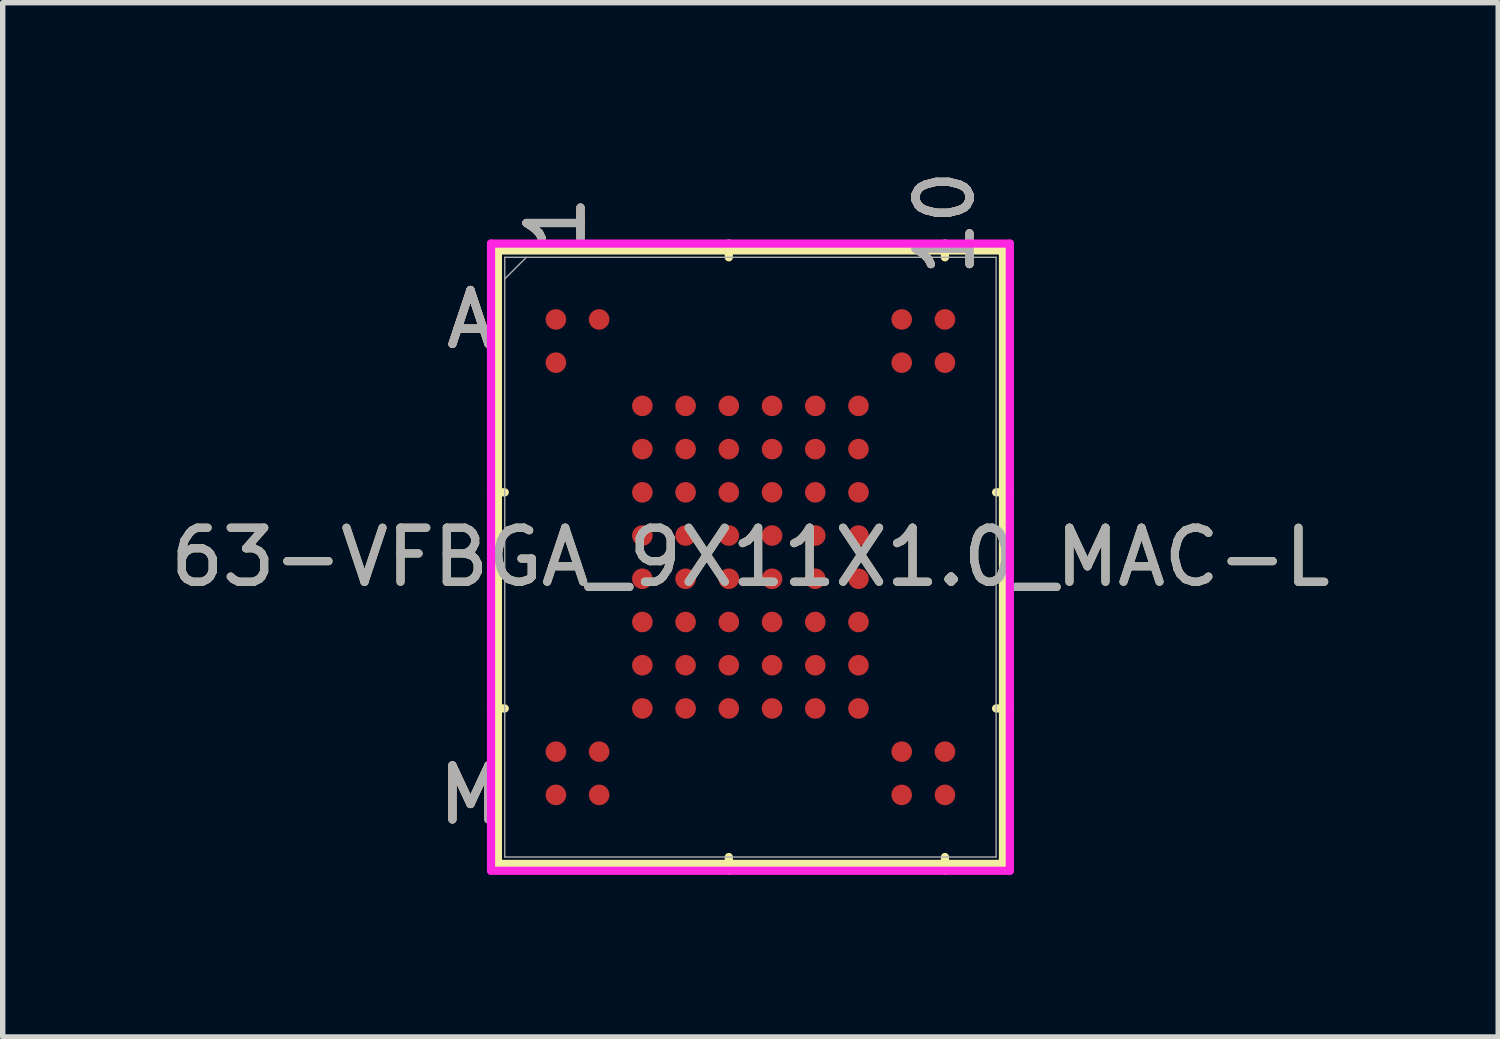
<source format=kicad_pcb>
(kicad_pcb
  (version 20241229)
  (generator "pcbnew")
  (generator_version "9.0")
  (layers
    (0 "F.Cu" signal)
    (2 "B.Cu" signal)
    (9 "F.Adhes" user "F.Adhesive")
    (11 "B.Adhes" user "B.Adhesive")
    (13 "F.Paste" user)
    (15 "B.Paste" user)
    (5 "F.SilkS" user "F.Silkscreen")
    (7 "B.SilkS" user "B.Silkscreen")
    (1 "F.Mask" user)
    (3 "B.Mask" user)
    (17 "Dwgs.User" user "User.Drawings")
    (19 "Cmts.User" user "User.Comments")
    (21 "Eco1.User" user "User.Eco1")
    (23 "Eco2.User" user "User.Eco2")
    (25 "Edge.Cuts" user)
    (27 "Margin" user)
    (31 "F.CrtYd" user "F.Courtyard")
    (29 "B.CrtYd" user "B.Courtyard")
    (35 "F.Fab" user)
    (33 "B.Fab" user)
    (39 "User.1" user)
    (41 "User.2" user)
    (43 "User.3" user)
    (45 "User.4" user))
  (footprint "63-VFBGA_9X11X1.0_MAC-L"
    (layer "F.Cu")
    (at 10.839 7.262)
    (property "Reference" "63-VFBGA_9X11X1.0_MAC-L" (at 0 0 0) (unlocked yes) (layer "F.SilkS") (effects (font (size 1 1) (thickness 0.15))))
    (attr smd)
    (fp_line (start -4.674 -5.677) (end -4.674 5.677) (stroke (width 0.152) (type solid)) (layer "F.SilkS"))
    (fp_line (start -4.674 5.677) (end 4.674 5.677) (stroke (width 0.152) (type solid)) (layer "F.SilkS"))
    (fp_line (start -4.547 -1.2) (end -4.801 -1.2) (stroke (width 0.152) (type solid)) (layer "F.SilkS"))
    (fp_line (start -4.547 2.8) (end -4.801 2.8) (stroke (width 0.152) (type solid)) (layer "F.SilkS"))
    (fp_line (start -0.4 -5.55) (end -0.4 -5.804) (stroke (width 0.152) (type solid)) (layer "F.SilkS"))
    (fp_line (start -0.4 5.55) (end -0.4 5.804) (stroke (width 0.152) (type solid)) (layer "F.SilkS"))
    (fp_line (start 3.6 -5.55) (end 3.6 -5.804) (stroke (width 0.152) (type solid)) (layer "F.SilkS"))
    (fp_line (start 3.6 5.55) (end 3.6 5.804) (stroke (width 0.152) (type solid)) (layer "F.SilkS"))
    (fp_line (start 4.547 -1.2) (end 4.801 -1.2) (stroke (width 0.152) (type solid)) (layer "F.SilkS"))
    (fp_line (start 4.547 2.8) (end 4.801 2.8) (stroke (width 0.152) (type solid)) (layer "F.SilkS"))
    (fp_line (start 4.674 -5.677) (end -4.674 -5.677) (stroke (width 0.152) (type solid)) (layer "F.SilkS"))
    (fp_line (start 4.674 5.677) (end 4.674 -5.677) (stroke (width 0.152) (type solid)) (layer "F.SilkS"))
    (fp_poly (pts (xy -4.444 -5.245) (xy 4.444 -5.245) (xy 4.444 5.245) (xy -4.444 5.245)) (stroke (width 0.1) (type solid)) (fill no) (layer "Eco2.User"))
    (fp_line (start -4.801 -5.804) (end 4.801 -5.804) (stroke (width 0.152) (type solid)) (layer "F.CrtYd"))
    (fp_line (start -4.801 5.804) (end -4.801 -5.804) (stroke (width 0.152) (type solid)) (layer "F.CrtYd"))
    (fp_line (start 4.801 -5.804) (end 4.801 5.804) (stroke (width 0.152) (type solid)) (layer "F.CrtYd"))
    (fp_line (start 4.801 5.804) (end -4.801 5.804) (stroke (width 0.152) (type solid)) (layer "F.CrtYd"))
    (fp_line (start -4.547 -5.55) (end -4.547 5.55) (stroke (width 0.025) (type solid)) (layer "F.Fab"))
    (fp_line (start -4.547 5.55) (end 4.547 5.55) (stroke (width 0.025) (type solid)) (layer "F.Fab"))
    (fp_line (start -4.147 -5.55) (end -4.547 -5.15) (stroke (width 0.025) (type solid)) (layer "F.Fab"))
    (fp_line (start 4.547 -5.55) (end -4.547 -5.55) (stroke (width 0.025) (type solid)) (layer "F.Fab"))
    (fp_line (start 4.547 5.55) (end 4.547 -5.55) (stroke (width 0.025) (type solid)) (layer "F.Fab"))
    (fp_text user "M" (at -5.182 4.4 0) (unlocked yes) (layer "F.SilkS") (effects (font (size 1 1) (thickness 0.15))))
    (fp_text user "1" (at -3.6 -6.185 90) (unlocked yes) (layer "F.SilkS") (effects (font (size 1 1) (thickness 0.15))))
    (fp_text user "10" (at 3.6 -6.185 90) (unlocked yes) (layer "F.SilkS") (effects (font (size 1 1) (thickness 0.15))))
    (fp_text user "A" (at -5.182 -4.4 0) (unlocked yes) (layer "F.SilkS") (effects (font (size 1 1) (thickness 0.15))))
    (fp_text user "1" (at -3.6 -6.185 90) (unlocked yes) (layer "B.SilkS") (effects (font (size 1 1) (thickness 0.15))))
    (fp_text user "A" (at -5.182 -4.4 0) (unlocked yes) (layer "B.SilkS") (effects (font (size 1 1) (thickness 0.15))))
    (fp_text user "10" (at 3.6 -6.185 90) (unlocked yes) (layer "B.SilkS") (effects (font (size 1 1) (thickness 0.15))))
    (fp_text user "M" (at -5.182 4.4 0) (unlocked yes) (layer "B.SilkS") (effects (font (size 1 1) (thickness 0.15))))
    (fp_text user "${REFERENCE}" (at 0 0 0) (unlocked yes) (layer "F.Fab") (effects (font (size 1 1) (thickness 0.15))))
    (fp_text user "A" (at -5.182 -4.4 0) (unlocked yes) (layer "F.Fab") (effects (font (size 1 1) (thickness 0.15))))
    (fp_text user "1" (at -3.6 -6.185 90) (unlocked yes) (layer "F.Fab") (effects (font (size 1 1) (thickness 0.15))))
    (fp_text user "10" (at 3.6 -6.185 90) (unlocked yes) (layer "F.Fab") (effects (font (size 1 1) (thickness 0.15))))
    (fp_text user "M" (at -5.182 4.4 0) (unlocked yes) (layer "F.Fab") (effects (font (size 1 1) (thickness 0.15))))
    (pad "A1" smd circle (at -3.6 -4.4) (size 0.381 0.381) (layers "F.Cu" "F.Mask" "F.Paste"))
    (pad "A2" smd circle (at -2.8 -4.4) (size 0.381 0.381) (layers "F.Cu" "F.Mask" "F.Paste"))
    (pad "A9" smd circle (at 2.8 -4.4) (size 0.381 0.381) (layers "F.Cu" "F.Mask" "F.Paste"))
    (pad "A10" smd circle (at 3.6 -4.4) (size 0.381 0.381) (layers "F.Cu" "F.Mask" "F.Paste"))
    (pad "B1" smd circle (at -3.6 -3.6) (size 0.381 0.381) (layers "F.Cu" "F.Mask" "F.Paste"))
    (pad "B9" smd circle (at 2.8 -3.6) (size 0.381 0.381) (layers "F.Cu" "F.Mask" "F.Paste"))
    (pad "B10" smd circle (at 3.6 -3.6) (size 0.381 0.381) (layers "F.Cu" "F.Mask" "F.Paste"))
    (pad "C3" smd circle (at -2 -2.8) (size 0.381 0.381) (layers "F.Cu" "F.Mask" "F.Paste"))
    (pad "C4" smd circle (at -1.2 -2.8) (size 0.381 0.381) (layers "F.Cu" "F.Mask" "F.Paste"))
    (pad "C5" smd circle (at -0.4 -2.8) (size 0.381 0.381) (layers "F.Cu" "F.Mask" "F.Paste"))
    (pad "C6" smd circle (at 0.4 -2.8) (size 0.381 0.381) (layers "F.Cu" "F.Mask" "F.Paste"))
    (pad "C7" smd circle (at 1.2 -2.8) (size 0.381 0.381) (layers "F.Cu" "F.Mask" "F.Paste"))
    (pad "C8" smd circle (at 2 -2.8) (size 0.381 0.381) (layers "F.Cu" "F.Mask" "F.Paste"))
    (pad "D3" smd circle (at -2 -2) (size 0.381 0.381) (layers "F.Cu" "F.Mask" "F.Paste"))
    (pad "D4" smd circle (at -1.2 -2) (size 0.381 0.381) (layers "F.Cu" "F.Mask" "F.Paste"))
    (pad "D5" smd circle (at -0.4 -2) (size 0.381 0.381) (layers "F.Cu" "F.Mask" "F.Paste"))
    (pad "D6" smd circle (at 0.4 -2) (size 0.381 0.381) (layers "F.Cu" "F.Mask" "F.Paste"))
    (pad "D7" smd circle (at 1.2 -2) (size 0.381 0.381) (layers "F.Cu" "F.Mask" "F.Paste"))
    (pad "D8" smd circle (at 2 -2) (size 0.381 0.381) (layers "F.Cu" "F.Mask" "F.Paste"))
    (pad "E3" smd circle (at -2 -1.2) (size 0.381 0.381) (layers "F.Cu" "F.Mask" "F.Paste"))
    (pad "E4" smd circle (at -1.2 -1.2) (size 0.381 0.381) (layers "F.Cu" "F.Mask" "F.Paste"))
    (pad "E5" smd circle (at -0.4 -1.2) (size 0.381 0.381) (layers "F.Cu" "F.Mask" "F.Paste"))
    (pad "E6" smd circle (at 0.4 -1.2) (size 0.381 0.381) (layers "F.Cu" "F.Mask" "F.Paste"))
    (pad "E7" smd circle (at 1.2 -1.2) (size 0.381 0.381) (layers "F.Cu" "F.Mask" "F.Paste"))
    (pad "E8" smd circle (at 2 -1.2) (size 0.381 0.381) (layers "F.Cu" "F.Mask" "F.Paste"))
    (pad "F3" smd circle (at -2 -0.4) (size 0.381 0.381) (layers "F.Cu" "F.Mask" "F.Paste"))
    (pad "F4" smd circle (at -1.2 -0.4) (size 0.381 0.381) (layers "F.Cu" "F.Mask" "F.Paste"))
    (pad "F5" smd circle (at -0.4 -0.4) (size 0.381 0.381) (layers "F.Cu" "F.Mask" "F.Paste"))
    (pad "F6" smd circle (at 0.4 -0.4) (size 0.381 0.381) (layers "F.Cu" "F.Mask" "F.Paste"))
    (pad "F7" smd circle (at 1.2 -0.4) (size 0.381 0.381) (layers "F.Cu" "F.Mask" "F.Paste"))
    (pad "F8" smd circle (at 2 -0.4) (size 0.381 0.381) (layers "F.Cu" "F.Mask" "F.Paste"))
    (pad "G3" smd circle (at -2 0.4) (size 0.381 0.381) (layers "F.Cu" "F.Mask" "F.Paste"))
    (pad "G4" smd circle (at -1.2 0.4) (size 0.381 0.381) (layers "F.Cu" "F.Mask" "F.Paste"))
    (pad "G5" smd circle (at -0.4 0.4) (size 0.381 0.381) (layers "F.Cu" "F.Mask" "F.Paste"))
    (pad "G6" smd circle (at 0.4 0.4) (size 0.381 0.381) (layers "F.Cu" "F.Mask" "F.Paste"))
    (pad "G7" smd circle (at 1.2 0.4) (size 0.381 0.381) (layers "F.Cu" "F.Mask" "F.Paste"))
    (pad "G8" smd circle (at 2 0.4) (size 0.381 0.381) (layers "F.Cu" "F.Mask" "F.Paste"))
    (pad "H3" smd circle (at -2 1.2) (size 0.381 0.381) (layers "F.Cu" "F.Mask" "F.Paste"))
    (pad "H4" smd circle (at -1.2 1.2) (size 0.381 0.381) (layers "F.Cu" "F.Mask" "F.Paste"))
    (pad "H5" smd circle (at -0.4 1.2) (size 0.381 0.381) (layers "F.Cu" "F.Mask" "F.Paste"))
    (pad "H6" smd circle (at 0.4 1.2) (size 0.381 0.381) (layers "F.Cu" "F.Mask" "F.Paste"))
    (pad "H7" smd circle (at 1.2 1.2) (size 0.381 0.381) (layers "F.Cu" "F.Mask" "F.Paste"))
    (pad "H8" smd circle (at 2 1.2) (size 0.381 0.381) (layers "F.Cu" "F.Mask" "F.Paste"))
    (pad "J3" smd circle (at -2 2) (size 0.381 0.381) (layers "F.Cu" "F.Mask" "F.Paste"))
    (pad "J4" smd circle (at -1.2 2) (size 0.381 0.381) (layers "F.Cu" "F.Mask" "F.Paste"))
    (pad "J5" smd circle (at -0.4 2) (size 0.381 0.381) (layers "F.Cu" "F.Mask" "F.Paste"))
    (pad "J6" smd circle (at 0.4 2) (size 0.381 0.381) (layers "F.Cu" "F.Mask" "F.Paste"))
    (pad "J7" smd circle (at 1.2 2) (size 0.381 0.381) (layers "F.Cu" "F.Mask" "F.Paste"))
    (pad "J8" smd circle (at 2 2) (size 0.381 0.381) (layers "F.Cu" "F.Mask" "F.Paste"))
    (pad "K3" smd circle (at -2 2.8) (size 0.381 0.381) (layers "F.Cu" "F.Mask" "F.Paste"))
    (pad "K4" smd circle (at -1.2 2.8) (size 0.381 0.381) (layers "F.Cu" "F.Mask" "F.Paste"))
    (pad "K5" smd circle (at -0.4 2.8) (size 0.381 0.381) (layers "F.Cu" "F.Mask" "F.Paste"))
    (pad "K6" smd circle (at 0.4 2.8) (size 0.381 0.381) (layers "F.Cu" "F.Mask" "F.Paste"))
    (pad "K7" smd circle (at 1.2 2.8) (size 0.381 0.381) (layers "F.Cu" "F.Mask" "F.Paste"))
    (pad "K8" smd circle (at 2 2.8) (size 0.381 0.381) (layers "F.Cu" "F.Mask" "F.Paste"))
    (pad "L1" smd circle (at -3.6 3.6) (size 0.381 0.381) (layers "F.Cu" "F.Mask" "F.Paste"))
    (pad "L2" smd circle (at -2.8 3.6) (size 0.381 0.381) (layers "F.Cu" "F.Mask" "F.Paste"))
    (pad "L9" smd circle (at 2.8 3.6) (size 0.381 0.381) (layers "F.Cu" "F.Mask" "F.Paste"))
    (pad "L10" smd circle (at 3.6 3.6) (size 0.381 0.381) (layers "F.Cu" "F.Mask" "F.Paste"))
    (pad "M1" smd circle (at -3.6 4.4) (size 0.381 0.381) (layers "F.Cu" "F.Mask" "F.Paste"))
    (pad "M2" smd circle (at -2.8 4.4) (size 0.381 0.381) (layers "F.Cu" "F.Mask" "F.Paste"))
    (pad "M9" smd circle (at 2.8 4.4) (size 0.381 0.381) (layers "F.Cu" "F.Mask" "F.Paste"))
    (pad "M10" smd circle (at 3.6 4.4) (size 0.381 0.381) (layers "F.Cu" "F.Mask" "F.Paste")))
  (gr_rect
    (start -3 -3)
    (end 24.679 16.142)
    (stroke (width 0.1) (type default))
    (fill no)
    (layer "Edge.Cuts")))
</source>
